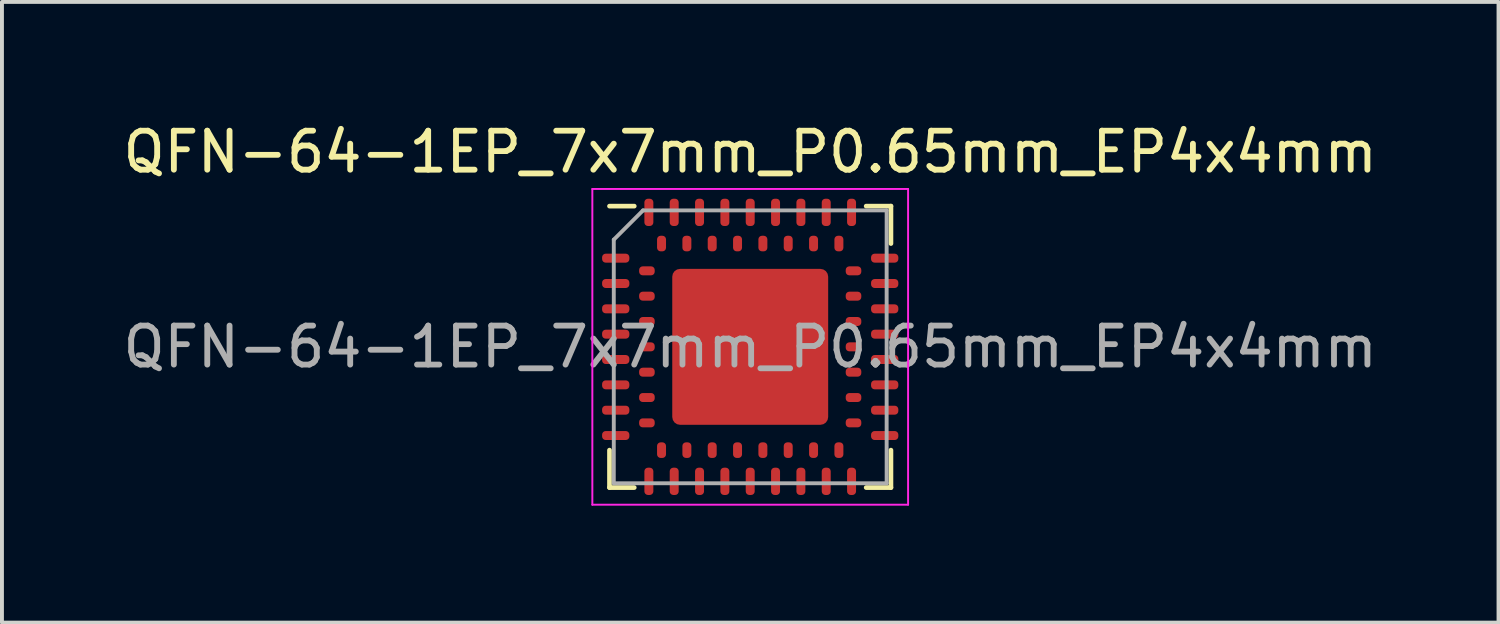
<source format=kicad_pcb>
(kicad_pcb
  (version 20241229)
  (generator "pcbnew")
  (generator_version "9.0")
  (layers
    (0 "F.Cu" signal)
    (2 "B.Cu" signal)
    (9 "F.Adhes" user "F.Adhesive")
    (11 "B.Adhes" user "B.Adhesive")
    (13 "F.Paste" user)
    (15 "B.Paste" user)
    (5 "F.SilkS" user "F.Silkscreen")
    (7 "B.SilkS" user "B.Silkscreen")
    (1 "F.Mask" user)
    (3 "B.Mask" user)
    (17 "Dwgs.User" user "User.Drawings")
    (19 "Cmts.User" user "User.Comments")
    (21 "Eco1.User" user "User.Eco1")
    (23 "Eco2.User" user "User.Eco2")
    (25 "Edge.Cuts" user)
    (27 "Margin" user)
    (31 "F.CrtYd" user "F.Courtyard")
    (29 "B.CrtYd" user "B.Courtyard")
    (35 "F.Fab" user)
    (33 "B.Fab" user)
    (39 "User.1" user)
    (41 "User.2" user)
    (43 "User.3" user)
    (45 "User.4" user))
  (footprint "QFN-64-1EP_7x7mm_P0.65mm_EP4x4mm"
    (layer "F.Cu")
    (at 16.196 5.848)
    (property "Reference" "QFN-64-1EP_7x7mm_P0.65mm_EP4x4mm" (at 0 -5 0) (layer "F.SilkS") (effects (font (size 1 1) (thickness 0.15))))
    (attr smd)
    (fp_line (start -3.61 3.61) (end -3.61 2.65) (stroke (width 0.12) (type solid)) (layer "F.SilkS"))
    (fp_line (start -2.975 -3.61) (end -3.61 -3.61) (stroke (width 0.12) (type solid)) (layer "F.SilkS"))
    (fp_line (start -2.975 3.61) (end -3.61 3.61) (stroke (width 0.12) (type solid)) (layer "F.SilkS"))
    (fp_line (start 2.975 -3.61) (end 3.61 -3.61) (stroke (width 0.12) (type solid)) (layer "F.SilkS"))
    (fp_line (start 3.61 -3.61) (end 3.61 -2.65) (stroke (width 0.12) (type solid)) (layer "F.SilkS"))
    (fp_line (start 3.61 2.65) (end 3.61 3.61) (stroke (width 0.12) (type solid)) (layer "F.SilkS"))
    (fp_line (start 3.61 3.61) (end 2.975 3.61) (stroke (width 0.12) (type solid)) (layer "F.SilkS"))
    (fp_line (start -4.05 -4.05) (end 4.05 -4.05) (stroke (width 0.05) (type solid)) (layer "F.CrtYd"))
    (fp_line (start -4.05 4.05) (end -4.05 -4.05) (stroke (width 0.05) (type solid)) (layer "F.CrtYd"))
    (fp_line (start 4.05 -4.05) (end 4.05 4.05) (stroke (width 0.05) (type solid)) (layer "F.CrtYd"))
    (fp_line (start 4.05 4.05) (end -4.05 4.05) (stroke (width 0.05) (type solid)) (layer "F.CrtYd"))
    (fp_line (start -3.5 -2.75) (end -2.75 -3.5) (stroke (width 0.1) (type solid)) (layer "F.Fab"))
    (fp_line (start -3.5 3.5) (end -3.5 -2.75) (stroke (width 0.1) (type solid)) (layer "F.Fab"))
    (fp_line (start -2.75 -3.5) (end 3.5 -3.5) (stroke (width 0.1) (type solid)) (layer "F.Fab"))
    (fp_line (start 3.5 -3.5) (end 3.5 3.5) (stroke (width 0.1) (type solid)) (layer "F.Fab"))
    (fp_line (start 3.5 3.5) (end -3.5 3.5) (stroke (width 0.1) (type solid)) (layer "F.Fab"))
    (fp_text user "${REFERENCE}" (at 0 0 0) (layer "F.Fab") (effects (font (size 1 1) (thickness 0.15))))
    (pad "" smd roundrect (at -1.3 -1.3) (size 1.15 1.15) (layers "F.Paste") (roundrect_rratio 0.1))
    (pad "" smd roundrect (at -1.3 0) (size 1.15 1.15) (layers "F.Paste") (roundrect_rratio 0.1))
    (pad "" smd roundrect (at -1.3 1.3) (size 1.15 1.15) (layers "F.Paste") (roundrect_rratio 0.1))
    (pad "" smd roundrect (at 0 -1.3) (size 1.15 1.15) (layers "F.Paste") (roundrect_rratio 0.1))
    (pad "" smd roundrect (at 0 0) (size 1.15 1.15) (layers "F.Paste") (roundrect_rratio 0.1))
    (pad "" smd roundrect (at 0 1.3) (size 1.15 1.15) (layers "F.Paste") (roundrect_rratio 0.1))
    (pad "" smd roundrect (at 1.3 -1.3) (size 1.15 1.15) (layers "F.Paste") (roundrect_rratio 0.1))
    (pad "" smd roundrect (at 1.3 0) (size 1.15 1.15) (layers "F.Paste") (roundrect_rratio 0.1))
    (pad "" smd roundrect (at 1.3 1.3) (size 1.15 1.15) (layers "F.Paste") (roundrect_rratio 0.1))
    (pad "A1" smd roundrect (at -3.45 -2.275) (size 0.7 0.23) (layers "F.Cu" "F.Mask" "F.Paste") (roundrect_rratio 0.4))
    (pad "A2" smd roundrect (at -3.45 -1.625) (size 0.7 0.23) (layers "F.Cu" "F.Mask" "F.Paste") (roundrect_rratio 0.4))
    (pad "A3" smd roundrect (at -3.45 -0.975) (size 0.7 0.23) (layers "F.Cu" "F.Mask" "F.Paste") (roundrect_rratio 0.4))
    (pad "A4" smd roundrect (at -3.45 -0.325) (size 0.7 0.23) (layers "F.Cu" "F.Mask" "F.Paste") (roundrect_rratio 0.4))
    (pad "A5" smd roundrect (at -3.45 0.325) (size 0.7 0.23) (layers "F.Cu" "F.Mask" "F.Paste") (roundrect_rratio 0.4))
    (pad "A6" smd roundrect (at -3.45 0.975) (size 0.7 0.23) (layers "F.Cu" "F.Mask" "F.Paste") (roundrect_rratio 0.4))
    (pad "A7" smd roundrect (at -3.45 1.625) (size 0.7 0.23) (layers "F.Cu" "F.Mask" "F.Paste") (roundrect_rratio 0.4))
    (pad "A8" smd roundrect (at -3.45 2.275) (size 0.7 0.23) (layers "F.Cu" "F.Mask" "F.Paste") (roundrect_rratio 0.4))
    (pad "A9" smd roundrect (at -2.6 3.45 90) (size 0.7 0.23) (layers "F.Cu" "F.Mask" "F.Paste") (roundrect_rratio 0.4))
    (pad "A10" smd roundrect (at -1.95 3.45 90) (size 0.7 0.23) (layers "F.Cu" "F.Mask" "F.Paste") (roundrect_rratio 0.4))
    (pad "A11" smd roundrect (at -1.3 3.45 90) (size 0.7 0.23) (layers "F.Cu" "F.Mask" "F.Paste") (roundrect_rratio 0.4))
    (pad "A12" smd roundrect (at -0.65 3.45 90) (size 0.7 0.23) (layers "F.Cu" "F.Mask" "F.Paste") (roundrect_rratio 0.4))
    (pad "A13" smd roundrect (at 0 3.45 90) (size 0.7 0.23) (layers "F.Cu" "F.Mask" "F.Paste") (roundrect_rratio 0.4))
    (pad "A14" smd roundrect (at 0.65 3.45 90) (size 0.7 0.23) (layers "F.Cu" "F.Mask" "F.Paste") (roundrect_rratio 0.4))
    (pad "A15" smd roundrect (at 1.3 3.45 90) (size 0.7 0.23) (layers "F.Cu" "F.Mask" "F.Paste") (roundrect_rratio 0.4))
    (pad "A16" smd roundrect (at 1.95 3.45 90) (size 0.7 0.23) (layers "F.Cu" "F.Mask" "F.Paste") (roundrect_rratio 0.4))
    (pad "A17" smd roundrect (at 2.6 3.45 90) (size 0.7 0.23) (layers "F.Cu" "F.Mask" "F.Paste") (roundrect_rratio 0.4))
    (pad "A18" smd roundrect (at 3.45 2.275) (size 0.7 0.23) (layers "F.Cu" "F.Mask" "F.Paste") (roundrect_rratio 0.4))
    (pad "A19" smd roundrect (at 3.45 1.625) (size 0.7 0.23) (layers "F.Cu" "F.Mask" "F.Paste") (roundrect_rratio 0.4))
    (pad "A20" smd roundrect (at 3.45 0.975) (size 0.7 0.23) (layers "F.Cu" "F.Mask" "F.Paste") (roundrect_rratio 0.4))
    (pad "A21" smd roundrect (at 3.45 0.325) (size 0.7 0.23) (layers "F.Cu" "F.Mask" "F.Paste") (roundrect_rratio 0.4))
    (pad "A22" smd roundrect (at 3.45 -0.325) (size 0.7 0.23) (layers "F.Cu" "F.Mask" "F.Paste") (roundrect_rratio 0.4))
    (pad "A23" smd roundrect (at 3.45 -0.975) (size 0.7 0.23) (layers "F.Cu" "F.Mask" "F.Paste") (roundrect_rratio 0.4))
    (pad "A24" smd roundrect (at 3.45 -1.625) (size 0.7 0.23) (layers "F.Cu" "F.Mask" "F.Paste") (roundrect_rratio 0.4))
    (pad "A25" smd roundrect (at 3.45 -2.275) (size 0.7 0.23) (layers "F.Cu" "F.Mask" "F.Paste") (roundrect_rratio 0.4))
    (pad "A26" smd roundrect (at 2.6 -3.45 90) (size 0.7 0.23) (layers "F.Cu" "F.Mask" "F.Paste") (roundrect_rratio 0.4))
    (pad "A27" smd roundrect (at 1.95 -3.45 90) (size 0.7 0.23) (layers "F.Cu" "F.Mask" "F.Paste") (roundrect_rratio 0.4))
    (pad "A28" smd roundrect (at 1.3 -3.45 90) (size 0.7 0.23) (layers "F.Cu" "F.Mask" "F.Paste") (roundrect_rratio 0.4))
    (pad "A29" smd roundrect (at 0.65 -3.45 90) (size 0.7 0.23) (layers "F.Cu" "F.Mask" "F.Paste") (roundrect_rratio 0.4))
    (pad "A30" smd roundrect (at 0 -3.45 90) (size 0.7 0.23) (layers "F.Cu" "F.Mask" "F.Paste") (roundrect_rratio 0.4))
    (pad "A31" smd roundrect (at -0.65 -3.45 90) (size 0.7 0.23) (layers "F.Cu" "F.Mask" "F.Paste") (roundrect_rratio 0.4))
    (pad "A32" smd roundrect (at -1.3 -3.45 90) (size 0.7 0.23) (layers "F.Cu" "F.Mask" "F.Paste") (roundrect_rratio 0.4))
    (pad "A33" smd roundrect (at -1.95 -3.45 90) (size 0.7 0.23) (layers "F.Cu" "F.Mask" "F.Paste") (roundrect_rratio 0.4))
    (pad "A34" smd roundrect (at -2.6 -3.45 90) (size 0.7 0.23) (layers "F.Cu" "F.Mask" "F.Paste") (roundrect_rratio 0.4))
    (pad "B1" smd roundrect (at -2.65 -1.95) (size 0.4 0.23) (layers "F.Cu" "F.Mask" "F.Paste") (roundrect_rratio 0.4))
    (pad "B2" smd roundrect (at -2.65 -1.3) (size 0.4 0.23) (layers "F.Cu" "F.Mask" "F.Paste") (roundrect_rratio 0.4))
    (pad "B3" smd roundrect (at -2.65 -0.65) (size 0.4 0.23) (layers "F.Cu" "F.Mask" "F.Paste") (roundrect_rratio 0.4))
    (pad "B4" smd roundrect (at -2.65 0) (size 0.4 0.23) (layers "F.Cu" "F.Mask" "F.Paste") (roundrect_rratio 0.4))
    (pad "B5" smd roundrect (at -2.65 0.65) (size 0.4 0.23) (layers "F.Cu" "F.Mask" "F.Paste") (roundrect_rratio 0.4))
    (pad "B6" smd roundrect (at -2.65 1.3) (size 0.4 0.23) (layers "F.Cu" "F.Mask" "F.Paste") (roundrect_rratio 0.4))
    (pad "B7" smd roundrect (at -2.65 1.95) (size 0.4 0.23) (layers "F.Cu" "F.Mask" "F.Paste") (roundrect_rratio 0.4))
    (pad "B8" smd roundrect (at -2.275 2.65 90) (size 0.4 0.23) (layers "F.Cu" "F.Mask" "F.Paste") (roundrect_rratio 0.4))
    (pad "B9" smd roundrect (at -1.625 2.65 90) (size 0.4 0.23) (layers "F.Cu" "F.Mask" "F.Paste") (roundrect_rratio 0.4))
    (pad "B10" smd roundrect (at -0.975 2.65 90) (size 0.4 0.23) (layers "F.Cu" "F.Mask" "F.Paste") (roundrect_rratio 0.4))
    (pad "B11" smd roundrect (at -0.325 2.65 90) (size 0.4 0.23) (layers "F.Cu" "F.Mask" "F.Paste") (roundrect_rratio 0.4))
    (pad "B12" smd roundrect (at 0.325 2.65 90) (size 0.4 0.23) (layers "F.Cu" "F.Mask" "F.Paste") (roundrect_rratio 0.4))
    (pad "B13" smd roundrect (at 0.975 2.65 90) (size 0.4 0.23) (layers "F.Cu" "F.Mask" "F.Paste") (roundrect_rratio 0.4))
    (pad "B14" smd roundrect (at 1.625 2.65 90) (size 0.4 0.23) (layers "F.Cu" "F.Mask" "F.Paste") (roundrect_rratio 0.4))
    (pad "B15" smd roundrect (at 2.275 2.65 90) (size 0.4 0.23) (layers "F.Cu" "F.Mask" "F.Paste") (roundrect_rratio 0.4))
    (pad "B16" smd roundrect (at 2.65 1.95) (size 0.4 0.23) (layers "F.Cu" "F.Mask" "F.Paste") (roundrect_rratio 0.4))
    (pad "B17" smd roundrect (at 2.65 1.3) (size 0.4 0.23) (layers "F.Cu" "F.Mask" "F.Paste") (roundrect_rratio 0.4))
    (pad "B18" smd roundrect (at 2.65 0.65) (size 0.4 0.23) (layers "F.Cu" "F.Mask" "F.Paste") (roundrect_rratio 0.4))
    (pad "B19" smd roundrect (at 2.65 0) (size 0.4 0.23) (layers "F.Cu" "F.Mask" "F.Paste") (roundrect_rratio 0.4))
    (pad "B20" smd roundrect (at 2.65 -0.65) (size 0.4 0.23) (layers "F.Cu" "F.Mask" "F.Paste") (roundrect_rratio 0.4))
    (pad "B21" smd roundrect (at 2.65 -1.3) (size 0.4 0.23) (layers "F.Cu" "F.Mask" "F.Paste") (roundrect_rratio 0.4))
    (pad "B22" smd roundrect (at 2.65 -1.95) (size 0.4 0.23) (layers "F.Cu" "F.Mask" "F.Paste") (roundrect_rratio 0.4))
    (pad "B23" smd roundrect (at 2.275 -2.65 90) (size 0.4 0.23) (layers "F.Cu" "F.Mask" "F.Paste") (roundrect_rratio 0.4))
    (pad "B24" smd roundrect (at 1.625 -2.65 90) (size 0.4 0.23) (layers "F.Cu" "F.Mask" "F.Paste") (roundrect_rratio 0.4))
    (pad "B25" smd roundrect (at 0.975 -2.65 90) (size 0.4 0.23) (layers "F.Cu" "F.Mask" "F.Paste") (roundrect_rratio 0.4))
    (pad "B26" smd roundrect (at 0.325 -2.65 90) (size 0.4 0.23) (layers "F.Cu" "F.Mask" "F.Paste") (roundrect_rratio 0.4))
    (pad "B27" smd roundrect (at -0.325 -2.65 90) (size 0.4 0.23) (layers "F.Cu" "F.Mask" "F.Paste") (roundrect_rratio 0.4))
    (pad "B28" smd roundrect (at -0.975 -2.65 90) (size 0.4 0.23) (layers "F.Cu" "F.Mask" "F.Paste") (roundrect_rratio 0.4))
    (pad "B29" smd roundrect (at -1.625 -2.65 90) (size 0.4 0.23) (layers "F.Cu" "F.Mask" "F.Paste") (roundrect_rratio 0.4))
    (pad "B30" smd roundrect (at -2.275 -2.65 90) (size 0.4 0.23) (layers "F.Cu" "F.Mask" "F.Paste") (roundrect_rratio 0.4))
    (pad "EP" smd roundrect (at 0 0 90) (size 4 4) (layers "F.Cu" "F.Mask") (roundrect_rratio 0.05)))
  (gr_rect
    (start -3 -3)
    (end 35.393 12.923)
    (stroke (width 0.1) (type default))
    (fill no)
    (layer "Edge.Cuts")))
</source>
